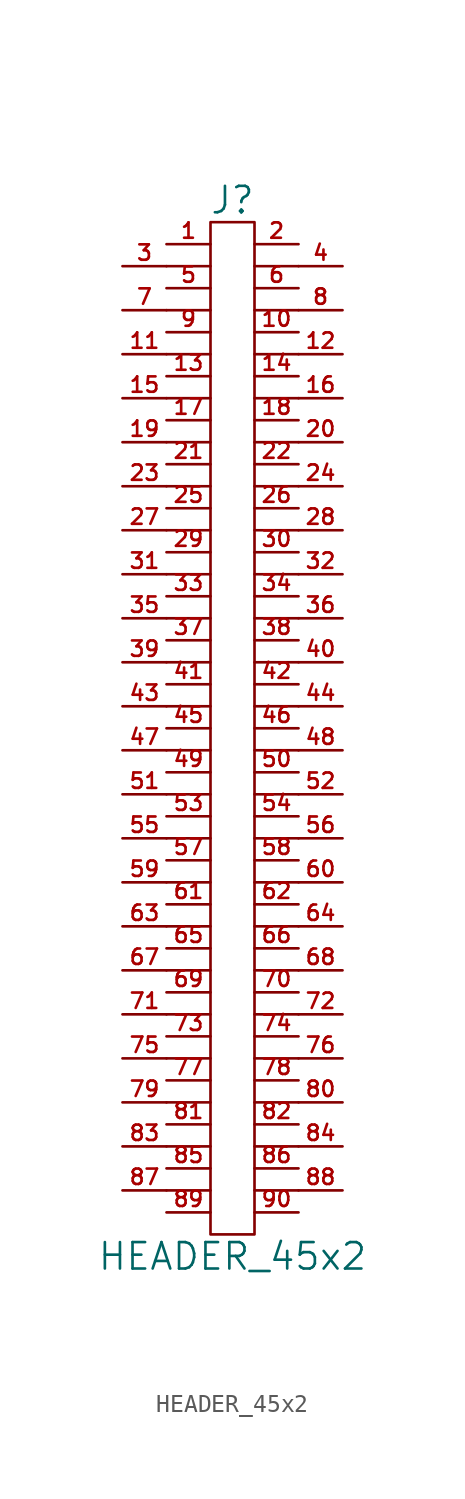
<source format=kicad_sym>
(kicad_symbol_lib
  (version 20201005)
  (generator kicad_symbol_editor)
  (symbol "HEADER_45x2"
    (pin_names
      (offset 0))
    (property "Reference" "J"
      (at 0 30.48 0)
      (effects (font (size 1.524 1.524))))
    (property "Value" "HEADER_45x2"
      (at 0 -30.48 0)
      (effects (font (size 1.524 1.524))))
    (property "Footprint" ""
      (at 0 3.81 0)
      (effects (font (size 1.524 1.524))))
    (property "Datasheet" ""
      (at 0 3.81 0)
      (effects (font (size 1.524 1.524))))
    (symbol "HEADER_45x2_0_1"
      (rectangle (start 1.27 -29.21) (end -1.27 29.21) (stroke (width 0)) (fill (type none)))
      (polyline (pts (xy -3.81 -26.67) (xy -1.27 -26.67)) (stroke (width 0)) (fill (type none)))
      (polyline (pts (xy -3.81 -24.13) (xy -1.27 -24.13)) (stroke (width 0)) (fill (type none)))
      (polyline (pts (xy -3.81 -21.59) (xy -1.27 -21.59)) (stroke (width 0)) (fill (type none)))
      (polyline (pts (xy -3.81 -19.05) (xy -1.27 -19.05)) (stroke (width 0)) (fill (type none)))
      (polyline (pts (xy -3.81 -16.51) (xy -1.27 -16.51)) (stroke (width 0)) (fill (type none)))
      (polyline (pts (xy -3.81 -13.97) (xy -1.27 -13.97)) (stroke (width 0)) (fill (type none)))
      (polyline (pts (xy -3.81 -11.43) (xy -1.27 -11.43)) (stroke (width 0)) (fill (type none)))
      (polyline (pts (xy -3.81 -8.89) (xy -1.27 -8.89)) (stroke (width 0)) (fill (type none)))
      (polyline (pts (xy -3.81 -6.35) (xy -1.27 -6.35)) (stroke (width 0)) (fill (type none)))
      (polyline (pts (xy -3.81 -3.81) (xy -1.27 -3.81)) (stroke (width 0)) (fill (type none)))
      (polyline (pts (xy -3.81 -1.27) (xy -1.27 -1.27)) (stroke (width 0)) (fill (type none)))
      (polyline (pts (xy -3.81 1.27) (xy -1.27 1.27)) (stroke (width 0)) (fill (type none)))
      (polyline (pts (xy -3.81 3.81) (xy -1.27 3.81)) (stroke (width 0)) (fill (type none)))
      (polyline (pts (xy -3.81 6.35) (xy -1.27 6.35)) (stroke (width 0)) (fill (type none)))
      (polyline (pts (xy -3.81 8.89) (xy -1.27 8.89)) (stroke (width 0)) (fill (type none)))
      (polyline (pts (xy -3.81 11.43) (xy -1.27 11.43)) (stroke (width 0)) (fill (type none)))
      (polyline (pts (xy -3.81 13.97) (xy -1.27 13.97)) (stroke (width 0)) (fill (type none)))
      (polyline (pts (xy -3.81 16.51) (xy -1.27 16.51)) (stroke (width 0)) (fill (type none)))
      (polyline (pts (xy -3.81 19.05) (xy -1.27 19.05)) (stroke (width 0)) (fill (type none)))
      (polyline (pts (xy -3.81 21.59) (xy -1.27 21.59)) (stroke (width 0)) (fill (type none)))
      (polyline (pts (xy -3.81 24.13) (xy -1.27 24.13)) (stroke (width 0)) (fill (type none)))
      (polyline (pts (xy -3.81 26.67) (xy -1.27 26.67)) (stroke (width 0)) (fill (type none)))
      (polyline (pts (xy 1.27 -26.67) (xy 3.81 -26.67)) (stroke (width 0)) (fill (type none)))
      (polyline (pts (xy 1.27 -24.13) (xy 3.81 -24.13)) (stroke (width 0)) (fill (type none)))
      (polyline (pts (xy 1.27 -21.59) (xy 3.81 -21.59)) (stroke (width 0)) (fill (type none)))
      (polyline (pts (xy 1.27 -19.05) (xy 3.81 -19.05)) (stroke (width 0)) (fill (type none)))
      (polyline (pts (xy 1.27 -16.51) (xy 3.81 -16.51)) (stroke (width 0)) (fill (type none)))
      (polyline (pts (xy 1.27 -13.97) (xy 3.81 -13.97)) (stroke (width 0)) (fill (type none)))
      (polyline (pts (xy 1.27 -11.43) (xy 3.81 -11.43)) (stroke (width 0)) (fill (type none)))
      (polyline (pts (xy 1.27 -8.89) (xy 3.81 -8.89)) (stroke (width 0)) (fill (type none)))
      (polyline (pts (xy 1.27 -6.35) (xy 3.81 -6.35)) (stroke (width 0)) (fill (type none)))
      (polyline (pts (xy 1.27 -3.81) (xy 3.81 -3.81)) (stroke (width 0)) (fill (type none)))
      (polyline (pts (xy 1.27 -1.27) (xy 3.81 -1.27)) (stroke (width 0)) (fill (type none)))
      (polyline (pts (xy 1.27 1.27) (xy 3.81 1.27)) (stroke (width 0)) (fill (type none)))
      (polyline (pts (xy 1.27 3.81) (xy 3.81 3.81)) (stroke (width 0)) (fill (type none)))
      (polyline (pts (xy 1.27 6.35) (xy 3.81 6.35)) (stroke (width 0)) (fill (type none)))
      (polyline (pts (xy 1.27 8.89) (xy 3.81 8.89)) (stroke (width 0)) (fill (type none)))
      (polyline (pts (xy 1.27 11.43) (xy 3.81 11.43)) (stroke (width 0)) (fill (type none)))
      (polyline (pts (xy 1.27 13.97) (xy 3.81 13.97)) (stroke (width 0)) (fill (type none)))
      (polyline (pts (xy 1.27 16.51) (xy 3.81 16.51)) (stroke (width 0)) (fill (type none)))
      (polyline (pts (xy 1.27 19.05) (xy 3.81 19.05)) (stroke (width 0)) (fill (type none)))
      (polyline (pts (xy 1.27 21.59) (xy 3.81 21.59)) (stroke (width 0)) (fill (type none)))
      (polyline (pts (xy 1.27 24.13) (xy 3.81 24.13)) (stroke (width 0)) (fill (type none)))
      (polyline (pts (xy 1.27 26.67) (xy 3.81 26.67)) (stroke (width 0)) (fill (type none))))
    (symbol "HEADER_45x2_1_1"
      (pin passive line (at -3.81 27.94 0) (length 2.54) (name "~" (effects (font (size 1.27 1.27)))) (number "1" (effects (font (size 0.889 0.889)))))
      (pin passive line (at 3.81 22.86 180) (length 2.54) (name "~" (effects (font (size 1.27 1.27)))) (number "10" (effects (font (size 0.889 0.889)))))
      (pin passive line (at -6.35 21.59 0) (length 2.54) (name "~" (effects (font (size 1.27 1.27)))) (number "11" (effects (font (size 0.889 0.889)))))
      (pin passive line (at 6.35 21.59 180) (length 2.54) (name "~" (effects (font (size 1.27 1.27)))) (number "12" (effects (font (size 0.889 0.889)))))
      (pin passive line (at -3.81 20.32 0) (length 2.54) (name "~" (effects (font (size 1.27 1.27)))) (number "13" (effects (font (size 0.889 0.889)))))
      (pin passive line (at 3.81 20.32 180) (length 2.54) (name "~" (effects (font (size 1.27 1.27)))) (number "14" (effects (font (size 0.889 0.889)))))
      (pin passive line (at -6.35 19.05 0) (length 2.54) (name "~" (effects (font (size 1.27 1.27)))) (number "15" (effects (font (size 0.889 0.889)))))
      (pin passive line (at 6.35 19.05 180) (length 2.54) (name "~" (effects (font (size 1.27 1.27)))) (number "16" (effects (font (size 0.889 0.889)))))
      (pin passive line (at -3.81 17.78 0) (length 2.54) (name "~" (effects (font (size 1.27 1.27)))) (number "17" (effects (font (size 0.889 0.889)))))
      (pin passive line (at 3.81 17.78 180) (length 2.54) (name "~" (effects (font (size 1.27 1.27)))) (number "18" (effects (font (size 0.889 0.889)))))
      (pin passive line (at -6.35 16.51 0) (length 2.54) (name "~" (effects (font (size 1.27 1.27)))) (number "19" (effects (font (size 0.889 0.889)))))
      (pin passive line (at 3.81 27.94 180) (length 2.54) (name "~" (effects (font (size 1.27 1.27)))) (number "2" (effects (font (size 0.889 0.889)))))
      (pin passive line (at 6.35 16.51 180) (length 2.54) (name "~" (effects (font (size 1.27 1.27)))) (number "20" (effects (font (size 0.889 0.889)))))
      (pin passive line (at -3.81 15.24 0) (length 2.54) (name "~" (effects (font (size 1.27 1.27)))) (number "21" (effects (font (size 0.889 0.889)))))
      (pin passive line (at 3.81 15.24 180) (length 2.54) (name "~" (effects (font (size 1.27 1.27)))) (number "22" (effects (font (size 0.889 0.889)))))
      (pin passive line (at -6.35 13.97 0) (length 2.54) (name "~" (effects (font (size 1.27 1.27)))) (number "23" (effects (font (size 0.889 0.889)))))
      (pin passive line (at 6.35 13.97 180) (length 2.54) (name "~" (effects (font (size 1.27 1.27)))) (number "24" (effects (font (size 0.889 0.889)))))
      (pin passive line (at -3.81 12.7 0) (length 2.54) (name "~" (effects (font (size 1.27 1.27)))) (number "25" (effects (font (size 0.889 0.889)))))
      (pin passive line (at 3.81 12.7 180) (length 2.54) (name "~" (effects (font (size 1.27 1.27)))) (number "26" (effects (font (size 0.889 0.889)))))
      (pin passive line (at -6.35 11.43 0) (length 2.54) (name "~" (effects (font (size 1.27 1.27)))) (number "27" (effects (font (size 0.889 0.889)))))
      (pin passive line (at 6.35 11.43 180) (length 2.54) (name "~" (effects (font (size 1.27 1.27)))) (number "28" (effects (font (size 0.889 0.889)))))
      (pin passive line (at -3.81 10.16 0) (length 2.54) (name "~" (effects (font (size 1.27 1.27)))) (number "29" (effects (font (size 0.889 0.889)))))
      (pin passive line (at -6.35 26.67 0) (length 2.54) (name "~" (effects (font (size 1.27 1.27)))) (number "3" (effects (font (size 0.889 0.889)))))
      (pin passive line (at 3.81 10.16 180) (length 2.54) (name "~" (effects (font (size 1.27 1.27)))) (number "30" (effects (font (size 0.889 0.889)))))
      (pin passive line (at -6.35 8.89 0) (length 2.54) (name "~" (effects (font (size 1.27 1.27)))) (number "31" (effects (font (size 0.889 0.889)))))
      (pin passive line (at 6.35 8.89 180) (length 2.54) (name "~" (effects (font (size 1.27 1.27)))) (number "32" (effects (font (size 0.889 0.889)))))
      (pin passive line (at -3.81 7.62 0) (length 2.54) (name "~" (effects (font (size 1.27 1.27)))) (number "33" (effects (font (size 0.889 0.889)))))
      (pin passive line (at 3.81 7.62 180) (length 2.54) (name "~" (effects (font (size 1.27 1.27)))) (number "34" (effects (font (size 0.889 0.889)))))
      (pin passive line (at -6.35 6.35 0) (length 2.54) (name "~" (effects (font (size 1.27 1.27)))) (number "35" (effects (font (size 0.889 0.889)))))
      (pin passive line (at 6.35 6.35 180) (length 2.54) (name "~" (effects (font (size 1.27 1.27)))) (number "36" (effects (font (size 0.889 0.889)))))
      (pin passive line (at -3.81 5.08 0) (length 2.54) (name "~" (effects (font (size 0.889 0.889)))) (number "37" (effects (font (size 0.889 0.889)))))
      (pin passive line (at 3.81 5.08 180) (length 2.54) (name "~" (effects (font (size 1.27 1.27)))) (number "38" (effects (font (size 0.889 0.889)))))
      (pin passive line (at -6.35 3.81 0) (length 2.54) (name "~" (effects (font (size 1.27 1.27)))) (number "39" (effects (font (size 0.889 0.889)))))
      (pin passive line (at 6.35 26.67 180) (length 2.54) (name "~" (effects (font (size 1.27 1.27)))) (number "4" (effects (font (size 0.889 0.889)))))
      (pin passive line (at 6.35 3.81 180) (length 2.54) (name "~" (effects (font (size 1.27 1.27)))) (number "40" (effects (font (size 0.889 0.889)))))
      (pin passive line (at -3.81 2.54 0) (length 2.54) (name "~" (effects (font (size 1.27 1.27)))) (number "41" (effects (font (size 0.889 0.889)))))
      (pin passive line (at 3.81 2.54 180) (length 2.54) (name "~" (effects (font (size 1.27 1.27)))) (number "42" (effects (font (size 0.889 0.889)))))
      (pin passive line (at -6.35 1.27 0) (length 2.54) (name "~" (effects (font (size 1.27 1.27)))) (number "43" (effects (font (size 0.889 0.889)))))
      (pin passive line (at 6.35 1.27 180) (length 2.54) (name "~" (effects (font (size 1.27 1.27)))) (number "44" (effects (font (size 0.889 0.889)))))
      (pin passive line (at -3.81 0 0) (length 2.54) (name "~" (effects (font (size 1.27 1.27)))) (number "45" (effects (font (size 0.889 0.889)))))
      (pin passive line (at 3.81 0 180) (length 2.54) (name "~" (effects (font (size 1.27 1.27)))) (number "46" (effects (font (size 0.889 0.889)))))
      (pin passive line (at -6.35 -1.27 0) (length 2.54) (name "~" (effects (font (size 1.27 1.27)))) (number "47" (effects (font (size 0.889 0.889)))))
      (pin passive line (at 6.35 -1.27 180) (length 2.54) (name "~" (effects (font (size 1.27 1.27)))) (number "48" (effects (font (size 0.889 0.889)))))
      (pin passive line (at -3.81 -2.54 0) (length 2.54) (name "~" (effects (font (size 1.27 1.27)))) (number "49" (effects (font (size 0.889 0.889)))))
      (pin passive line (at -3.81 25.4 0) (length 2.54) (name "~" (effects (font (size 1.27 1.27)))) (number "5" (effects (font (size 0.889 0.889)))))
      (pin passive line (at 3.81 -2.54 180) (length 2.54) (name "~" (effects (font (size 1.27 1.27)))) (number "50" (effects (font (size 0.889 0.889)))))
      (pin passive line (at -6.35 -3.81 0) (length 2.54) (name "~" (effects (font (size 1.27 1.27)))) (number "51" (effects (font (size 0.889 0.889)))))
      (pin passive line (at 6.35 -3.81 180) (length 2.54) (name "~" (effects (font (size 1.27 1.27)))) (number "52" (effects (font (size 0.889 0.889)))))
      (pin passive line (at -3.81 -5.08 0) (length 2.54) (name "~" (effects (font (size 1.27 1.27)))) (number "53" (effects (font (size 0.889 0.889)))))
      (pin passive line (at 3.81 -5.08 180) (length 2.54) (name "~" (effects (font (size 1.27 1.27)))) (number "54" (effects (font (size 0.889 0.889)))))
      (pin passive line (at -6.35 -6.35 0) (length 2.54) (name "~" (effects (font (size 1.27 1.27)))) (number "55" (effects (font (size 0.889 0.889)))))
      (pin passive line (at 6.35 -6.35 180) (length 2.54) (name "~" (effects (font (size 1.27 1.27)))) (number "56" (effects (font (size 0.889 0.889)))))
      (pin passive line (at -3.81 -7.62 0) (length 2.54) (name "~" (effects (font (size 1.27 1.27)))) (number "57" (effects (font (size 0.889 0.889)))))
      (pin passive line (at 3.81 -7.62 180) (length 2.54) (name "~" (effects (font (size 1.27 1.27)))) (number "58" (effects (font (size 0.889 0.889)))))
      (pin passive line (at -6.35 -8.89 0) (length 2.54) (name "~" (effects (font (size 1.27 1.27)))) (number "59" (effects (font (size 0.889 0.889)))))
      (pin passive line (at 3.81 25.4 180) (length 2.54) (name "~" (effects (font (size 1.27 1.27)))) (number "6" (effects (font (size 0.889 0.889)))))
      (pin passive line (at 6.35 -8.89 180) (length 2.54) (name "~" (effects (font (size 1.27 1.27)))) (number "60" (effects (font (size 0.889 0.889)))))
      (pin passive line (at -3.81 -10.16 0) (length 2.54) (name "~" (effects (font (size 1.27 1.27)))) (number "61" (effects (font (size 0.889 0.889)))))
      (pin passive line (at 3.81 -10.16 180) (length 2.54) (name "~" (effects (font (size 1.27 1.27)))) (number "62" (effects (font (size 0.889 0.889)))))
      (pin passive line (at -6.35 -11.43 0) (length 2.54) (name "~" (effects (font (size 1.27 1.27)))) (number "63" (effects (font (size 0.889 0.889)))))
      (pin passive line (at 6.35 -11.43 180) (length 2.54) (name "~" (effects (font (size 1.27 1.27)))) (number "64" (effects (font (size 0.889 0.889)))))
      (pin passive line (at -3.81 -12.7 0) (length 2.54) (name "~" (effects (font (size 1.27 1.27)))) (number "65" (effects (font (size 0.889 0.889)))))
      (pin passive line (at 3.81 -12.7 180) (length 2.54) (name "~" (effects (font (size 1.27 1.27)))) (number "66" (effects (font (size 0.889 0.889)))))
      (pin passive line (at -6.35 -13.97 0) (length 2.54) (name "~" (effects (font (size 1.27 1.27)))) (number "67" (effects (font (size 0.889 0.889)))))
      (pin passive line (at 6.35 -13.97 180) (length 2.54) (name "~" (effects (font (size 1.27 1.27)))) (number "68" (effects (font (size 0.889 0.889)))))
      (pin passive line (at -3.81 -15.24 0) (length 2.54) (name "~" (effects (font (size 1.27 1.27)))) (number "69" (effects (font (size 0.889 0.889)))))
      (pin passive line (at -6.35 24.13 0) (length 2.54) (name "~" (effects (font (size 1.27 1.27)))) (number "7" (effects (font (size 0.889 0.889)))))
      (pin passive line (at 3.81 -15.24 180) (length 2.54) (name "~" (effects (font (size 1.27 1.27)))) (number "70" (effects (font (size 0.889 0.889)))))
      (pin passive line (at -6.35 -16.51 0) (length 2.54) (name "~" (effects (font (size 1.27 1.27)))) (number "71" (effects (font (size 0.889 0.889)))))
      (pin passive line (at 6.35 -16.51 180) (length 2.54) (name "~" (effects (font (size 1.27 1.27)))) (number "72" (effects (font (size 0.889 0.889)))))
      (pin passive line (at -3.81 -17.78 0) (length 2.54) (name "~" (effects (font (size 1.27 1.27)))) (number "73" (effects (font (size 0.889 0.889)))))
      (pin passive line (at 3.81 -17.78 180) (length 2.54) (name "~" (effects (font (size 1.27 1.27)))) (number "74" (effects (font (size 0.889 0.889)))))
      (pin passive line (at -6.35 -19.05 0) (length 2.54) (name "~" (effects (font (size 1.27 1.27)))) (number "75" (effects (font (size 0.889 0.889)))))
      (pin passive line (at 6.35 -19.05 180) (length 2.54) (name "~" (effects (font (size 1.27 1.27)))) (number "76" (effects (font (size 0.889 0.889)))))
      (pin passive line (at -3.81 -20.32 0) (length 2.54) (name "~" (effects (font (size 1.27 1.27)))) (number "77" (effects (font (size 0.889 0.889)))))
      (pin passive line (at 3.81 -20.32 180) (length 2.54) (name "~" (effects (font (size 1.27 1.27)))) (number "78" (effects (font (size 0.889 0.889)))))
      (pin passive line (at -6.35 -21.59 0) (length 2.54) (name "~" (effects (font (size 1.27 1.27)))) (number "79" (effects (font (size 0.889 0.889)))))
      (pin passive line (at 6.35 24.13 180) (length 2.54) (name "~" (effects (font (size 1.27 1.27)))) (number "8" (effects (font (size 0.889 0.889)))))
      (pin passive line (at 6.35 -21.59 180) (length 2.54) (name "~" (effects (font (size 1.27 1.27)))) (number "80" (effects (font (size 0.889 0.889)))))
      (pin passive line (at -3.81 -22.86 0) (length 2.54) (name "~" (effects (font (size 1.27 1.27)))) (number "81" (effects (font (size 0.889 0.889)))))
      (pin passive line (at 3.81 -22.86 180) (length 2.54) (name "~" (effects (font (size 1.27 1.27)))) (number "82" (effects (font (size 0.889 0.889)))))
      (pin passive line (at -6.35 -24.13 0) (length 2.54) (name "~" (effects (font (size 1.27 1.27)))) (number "83" (effects (font (size 0.889 0.889)))))
      (pin passive line (at 6.35 -24.13 180) (length 2.54) (name "~" (effects (font (size 1.27 1.27)))) (number "84" (effects (font (size 0.889 0.889)))))
      (pin passive line (at -3.81 -25.4 0) (length 2.54) (name "~" (effects (font (size 1.27 1.27)))) (number "85" (effects (font (size 0.889 0.889)))))
      (pin passive line (at 3.81 -25.4 180) (length 2.54) (name "~" (effects (font (size 1.27 1.27)))) (number "86" (effects (font (size 0.889 0.889)))))
      (pin passive line (at -6.35 -26.67 0) (length 2.54) (name "~" (effects (font (size 1.27 1.27)))) (number "87" (effects (font (size 0.889 0.889)))))
      (pin passive line (at 6.35 -26.67 180) (length 2.54) (name "~" (effects (font (size 1.27 1.27)))) (number "88" (effects (font (size 0.889 0.889)))))
      (pin passive line (at -3.81 -27.94 0) (length 2.54) (name "~" (effects (font (size 1.27 1.27)))) (number "89" (effects (font (size 0.889 0.889)))))
      (pin passive line (at -3.81 22.86 0) (length 2.54) (name "~" (effects (font (size 1.27 1.27)))) (number "9" (effects (font (size 0.889 0.889)))))
      (pin passive line (at 3.81 -27.94 180) (length 2.54) (name "~" (effects (font (size 1.27 1.27)))) (number "90" (effects (font (size 0.889 0.889))))))))
</source>
